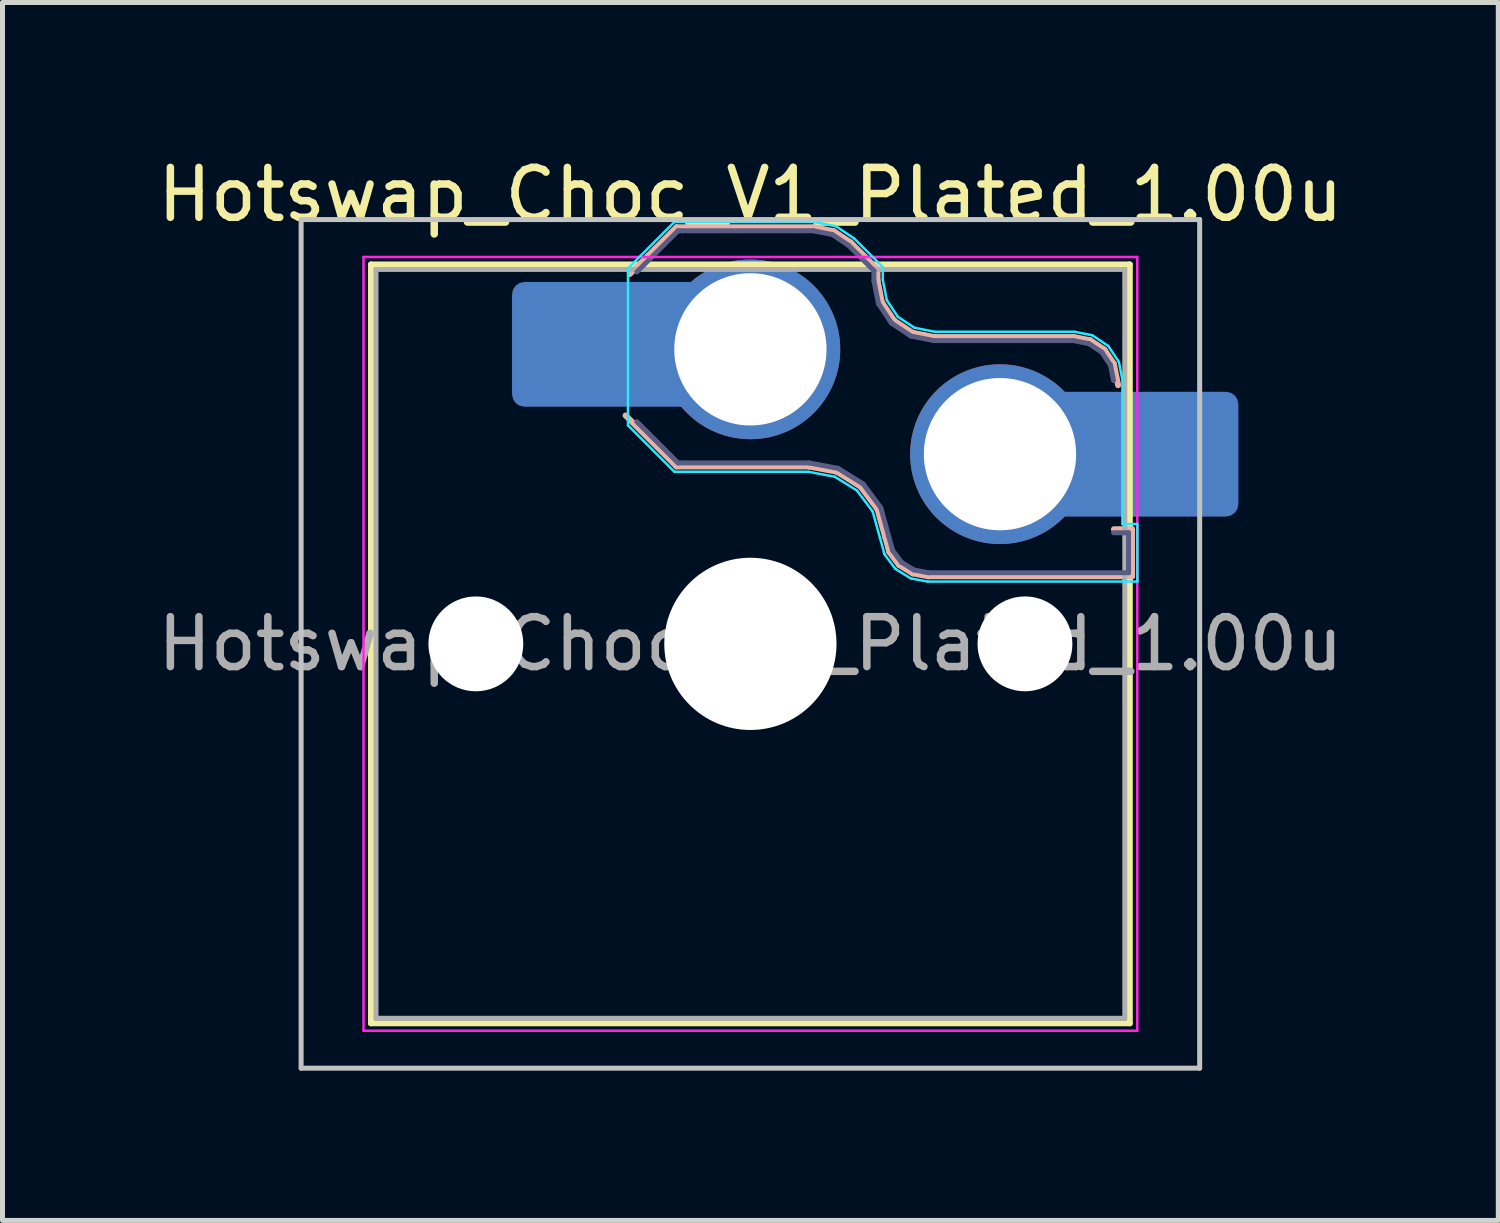
<source format=kicad_pcb>
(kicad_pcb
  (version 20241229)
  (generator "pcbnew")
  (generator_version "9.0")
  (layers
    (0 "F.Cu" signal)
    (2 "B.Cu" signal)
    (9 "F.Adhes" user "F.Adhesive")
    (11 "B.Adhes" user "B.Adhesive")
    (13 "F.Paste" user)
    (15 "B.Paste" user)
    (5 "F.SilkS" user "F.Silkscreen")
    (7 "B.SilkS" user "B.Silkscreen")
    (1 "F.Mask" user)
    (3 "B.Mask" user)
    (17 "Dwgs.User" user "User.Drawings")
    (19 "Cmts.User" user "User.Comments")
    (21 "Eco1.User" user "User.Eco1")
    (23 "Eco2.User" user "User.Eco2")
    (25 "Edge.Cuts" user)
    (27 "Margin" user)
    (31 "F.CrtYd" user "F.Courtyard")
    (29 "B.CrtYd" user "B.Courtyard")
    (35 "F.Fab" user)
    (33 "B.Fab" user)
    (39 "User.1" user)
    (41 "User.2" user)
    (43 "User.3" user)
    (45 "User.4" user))
  (footprint "Hotswap_Choc_V1_Plated_1.00u"
    (layer "F.Cu")
    (at 11.982 9.848)
    (property "Reference" "Hotswap_Choc_V1_Plated_1.00u" (at 0 -9 0) (layer "F.SilkS") (effects (font (size 1 1) (thickness 0.15))))
    (attr smd allow_soldermask_bridges)
    (fp_line (start -7.6 -7.6) (end -7.6 7.6) (stroke (width 0.12) (type solid)) (layer "F.SilkS"))
    (fp_line (start -7.6 7.6) (end 7.6 7.6) (stroke (width 0.12) (type solid)) (layer "F.SilkS"))
    (fp_line (start 7.6 -7.6) (end -7.6 -7.6) (stroke (width 0.12) (type solid)) (layer "F.SilkS"))
    (fp_line (start 7.6 7.6) (end 7.6 -7.6) (stroke (width 0.12) (type solid)) (layer "F.SilkS"))
    (fp_line (start -2.416 -7.409) (end -1.479 -8.346) (stroke (width 0.12) (type solid)) (layer "B.SilkS"))
    (fp_line (start -1.479 -8.346) (end 1.268 -8.346) (stroke (width 0.12) (type solid)) (layer "B.SilkS"))
    (fp_line (start -1.479 -3.554) (end -2.5 -4.575) (stroke (width 0.12) (type solid)) (layer "B.SilkS"))
    (fp_line (start 1.168 -3.554) (end -1.479 -3.554) (stroke (width 0.12) (type solid)) (layer "B.SilkS"))
    (fp_line (start 1.268 -8.346) (end 1.671 -8.266) (stroke (width 0.12) (type solid)) (layer "B.SilkS"))
    (fp_line (start 1.671 -8.266) (end 2.013 -8.037) (stroke (width 0.12) (type solid)) (layer "B.SilkS"))
    (fp_line (start 1.73 -3.449) (end 1.168 -3.554) (stroke (width 0.12) (type solid)) (layer "B.SilkS"))
    (fp_line (start 2.013 -8.037) (end 2.546 -7.504) (stroke (width 0.12) (type solid)) (layer "B.SilkS"))
    (fp_line (start 2.209 -3.15) (end 1.73 -3.449) (stroke (width 0.12) (type solid)) (layer "B.SilkS"))
    (fp_line (start 2.546 -7.504) (end 2.546 -7.282) (stroke (width 0.12) (type solid)) (layer "B.SilkS"))
    (fp_line (start 2.546 -7.282) (end 2.633 -6.844) (stroke (width 0.12) (type solid)) (layer "B.SilkS"))
    (fp_line (start 2.547 -2.697) (end 2.209 -3.15) (stroke (width 0.12) (type solid)) (layer "B.SilkS"))
    (fp_line (start 2.633 -6.844) (end 2.877 -6.477) (stroke (width 0.12) (type solid)) (layer "B.SilkS"))
    (fp_line (start 2.701 -2.139) (end 2.547 -2.697) (stroke (width 0.12) (type solid)) (layer "B.SilkS"))
    (fp_line (start 2.783 -1.841) (end 2.701 -2.139) (stroke (width 0.12) (type solid)) (layer "B.SilkS"))
    (fp_line (start 2.877 -6.477) (end 3.244 -6.233) (stroke (width 0.12) (type solid)) (layer "B.SilkS"))
    (fp_line (start 2.976 -1.583) (end 2.783 -1.841) (stroke (width 0.12) (type solid)) (layer "B.SilkS"))
    (fp_line (start 3.244 -6.233) (end 3.682 -6.146) (stroke (width 0.12) (type solid)) (layer "B.SilkS"))
    (fp_line (start 3.25 -1.413) (end 2.976 -1.583) (stroke (width 0.12) (type solid)) (layer "B.SilkS"))
    (fp_line (start 3.56 -1.354) (end 3.25 -1.413) (stroke (width 0.12) (type solid)) (layer "B.SilkS"))
    (fp_line (start 3.682 -6.146) (end 6.482 -6.146) (stroke (width 0.12) (type solid)) (layer "B.SilkS"))
    (fp_line (start 6.482 -6.146) (end 6.809 -6.081) (stroke (width 0.12) (type solid)) (layer "B.SilkS"))
    (fp_line (start 6.809 -6.081) (end 7.092 -5.892) (stroke (width 0.12) (type solid)) (layer "B.SilkS"))
    (fp_line (start 7.092 -5.892) (end 7.281 -5.609) (stroke (width 0.12) (type solid)) (layer "B.SilkS"))
    (fp_line (start 7.281 -5.609) (end 7.366 -5.182) (stroke (width 0.12) (type solid)) (layer "B.SilkS"))
    (fp_line (start 7.283 -2.296) (end 7.646 -2.296) (stroke (width 0.12) (type solid)) (layer "B.SilkS"))
    (fp_line (start 7.646 -2.296) (end 7.646 -1.354) (stroke (width 0.12) (type solid)) (layer "B.SilkS"))
    (fp_line (start 7.646 -1.354) (end 3.56 -1.354) (stroke (width 0.12) (type solid)) (layer "B.SilkS"))
    (fp_line (start -9 -8.5) (end -9 8.5) (stroke (width 0.1) (type solid)) (layer "Dwgs.User"))
    (fp_line (start -9 8.5) (end 9 8.5) (stroke (width 0.1) (type solid)) (layer "Dwgs.User"))
    (fp_line (start 9 -8.5) (end -9 -8.5) (stroke (width 0.1) (type solid)) (layer "Dwgs.User"))
    (fp_line (start 9 8.5) (end 9 -8.5) (stroke (width 0.1) (type solid)) (layer "Dwgs.User"))
    (fp_line (start -7.25 -7.25) (end -7.25 7.25) (stroke (width 0.1) (type solid)) (layer "Eco1.User"))
    (fp_line (start -7.25 7.25) (end 7.25 7.25) (stroke (width 0.1) (type solid)) (layer "Eco1.User"))
    (fp_line (start 7.25 -7.25) (end -7.25 -7.25) (stroke (width 0.1) (type solid)) (layer "Eco1.User"))
    (fp_line (start 7.25 7.25) (end 7.25 -7.25) (stroke (width 0.1) (type solid)) (layer "Eco1.User"))
    (fp_line (start -2.452 -7.523) (end -1.523 -8.452) (stroke (width 0.05) (type solid)) (layer "B.CrtYd"))
    (fp_line (start -2.452 -4.377) (end -2.452 -7.523) (stroke (width 0.05) (type solid)) (layer "B.CrtYd"))
    (fp_line (start -1.523 -8.452) (end 1.278 -8.452) (stroke (width 0.05) (type solid)) (layer "B.CrtYd"))
    (fp_line (start -1.523 -3.448) (end -2.452 -4.377) (stroke (width 0.05) (type solid)) (layer "B.CrtYd"))
    (fp_line (start 1.159 -3.448) (end -1.523 -3.448) (stroke (width 0.05) (type solid)) (layer "B.CrtYd"))
    (fp_line (start 1.278 -8.452) (end 1.712 -8.366) (stroke (width 0.05) (type solid)) (layer "B.CrtYd"))
    (fp_line (start 1.691 -3.348) (end 1.159 -3.448) (stroke (width 0.05) (type solid)) (layer "B.CrtYd"))
    (fp_line (start 1.712 -8.366) (end 2.081 -8.119) (stroke (width 0.05) (type solid)) (layer "B.CrtYd"))
    (fp_line (start 2.081 -8.119) (end 2.652 -7.548) (stroke (width 0.05) (type solid)) (layer "B.CrtYd"))
    (fp_line (start 2.136 -3.071) (end 1.691 -3.348) (stroke (width 0.05) (type solid)) (layer "B.CrtYd"))
    (fp_line (start 2.45 -2.65) (end 2.136 -3.071) (stroke (width 0.05) (type solid)) (layer "B.CrtYd"))
    (fp_line (start 2.599 -2.111) (end 2.45 -2.65) (stroke (width 0.05) (type solid)) (layer "B.CrtYd"))
    (fp_line (start 2.652 -7.548) (end 2.652 -7.292) (stroke (width 0.05) (type solid)) (layer "B.CrtYd"))
    (fp_line (start 2.652 -7.292) (end 2.733 -6.885) (stroke (width 0.05) (type solid)) (layer "B.CrtYd"))
    (fp_line (start 2.687 -1.794) (end 2.599 -2.111) (stroke (width 0.05) (type solid)) (layer "B.CrtYd"))
    (fp_line (start 2.733 -6.885) (end 2.953 -6.553) (stroke (width 0.05) (type solid)) (layer "B.CrtYd"))
    (fp_line (start 2.903 -1.503) (end 2.687 -1.794) (stroke (width 0.05) (type solid)) (layer "B.CrtYd"))
    (fp_line (start 2.953 -6.553) (end 3.285 -6.333) (stroke (width 0.05) (type solid)) (layer "B.CrtYd"))
    (fp_line (start 3.211 -1.312) (end 2.903 -1.503) (stroke (width 0.05) (type solid)) (layer "B.CrtYd"))
    (fp_line (start 3.285 -6.333) (end 3.692 -6.252) (stroke (width 0.05) (type solid)) (layer "B.CrtYd"))
    (fp_line (start 3.55 -1.248) (end 3.211 -1.312) (stroke (width 0.05) (type solid)) (layer "B.CrtYd"))
    (fp_line (start 3.692 -6.252) (end 6.492 -6.252) (stroke (width 0.05) (type solid)) (layer "B.CrtYd"))
    (fp_line (start 6.492 -6.252) (end 6.85 -6.181) (stroke (width 0.05) (type solid)) (layer "B.CrtYd"))
    (fp_line (start 6.85 -6.181) (end 7.168 -5.968) (stroke (width 0.05) (type solid)) (layer "B.CrtYd"))
    (fp_line (start 7.168 -5.968) (end 7.381 -5.65) (stroke (width 0.05) (type solid)) (layer "B.CrtYd"))
    (fp_line (start 7.381 -5.65) (end 7.452 -5.292) (stroke (width 0.05) (type solid)) (layer "B.CrtYd"))
    (fp_line (start 7.452 -5.292) (end 7.452 -2.402) (stroke (width 0.05) (type solid)) (layer "B.CrtYd"))
    (fp_line (start 7.452 -2.402) (end 7.752 -2.402) (stroke (width 0.05) (type solid)) (layer "B.CrtYd"))
    (fp_line (start 7.752 -2.402) (end 7.752 -1.248) (stroke (width 0.05) (type solid)) (layer "B.CrtYd"))
    (fp_line (start 7.752 -1.248) (end 3.55 -1.248) (stroke (width 0.05) (type solid)) (layer "B.CrtYd"))
    (fp_line (start -7.75 -7.75) (end -7.75 7.75) (stroke (width 0.05) (type solid)) (layer "F.CrtYd"))
    (fp_line (start -7.75 7.75) (end 7.75 7.75) (stroke (width 0.05) (type solid)) (layer "F.CrtYd"))
    (fp_line (start 7.75 -7.75) (end -7.75 -7.75) (stroke (width 0.05) (type solid)) (layer "F.CrtYd"))
    (fp_line (start 7.75 7.75) (end 7.75 -7.75) (stroke (width 0.05) (type solid)) (layer "F.CrtYd"))
    (fp_line (start -2.275 -7.45) (end -1.45 -8.275) (stroke (width 0.1) (type solid)) (layer "B.Fab"))
    (fp_line (start -1.45 -8.275) (end 1.261 -8.275) (stroke (width 0.1) (type solid)) (layer "B.Fab"))
    (fp_line (start -1.45 -3.625) (end -2.275 -4.45) (stroke (width 0.1) (type solid)) (layer "B.Fab"))
    (fp_line (start 1.175 -3.625) (end -1.45 -3.625) (stroke (width 0.1) (type solid)) (layer "B.Fab"))
    (fp_line (start 1.261 -8.275) (end 1.643 -8.199) (stroke (width 0.1) (type solid)) (layer "B.Fab"))
    (fp_line (start 1.643 -8.199) (end 1.968 -7.982) (stroke (width 0.1) (type solid)) (layer "B.Fab"))
    (fp_line (start 1.756 -3.516) (end 1.175 -3.625) (stroke (width 0.1) (type solid)) (layer "B.Fab"))
    (fp_line (start 1.968 -7.982) (end 2.475 -7.475) (stroke (width 0.1) (type solid)) (layer "B.Fab"))
    (fp_line (start 2.258 -3.203) (end 1.756 -3.516) (stroke (width 0.1) (type solid)) (layer "B.Fab"))
    (fp_line (start 2.475 -7.475) (end 2.475 -7.275) (stroke (width 0.1) (type solid)) (layer "B.Fab"))
    (fp_line (start 2.475 -7.275) (end 2.566 -6.816) (stroke (width 0.1) (type solid)) (layer "B.Fab"))
    (fp_line (start 2.566 -6.816) (end 2.826 -6.426) (stroke (width 0.1) (type solid)) (layer "B.Fab"))
    (fp_line (start 2.612 -2.729) (end 2.258 -3.203) (stroke (width 0.1) (type solid)) (layer "B.Fab"))
    (fp_line (start 2.769 -2.158) (end 2.612 -2.729) (stroke (width 0.1) (type solid)) (layer "B.Fab"))
    (fp_line (start 2.826 -6.426) (end 3.216 -6.166) (stroke (width 0.1) (type solid)) (layer "B.Fab"))
    (fp_line (start 2.848 -1.873) (end 2.769 -2.158) (stroke (width 0.1) (type solid)) (layer "B.Fab"))
    (fp_line (start 3.025 -1.636) (end 2.848 -1.873) (stroke (width 0.1) (type solid)) (layer "B.Fab"))
    (fp_line (start 3.216 -6.166) (end 3.675 -6.075) (stroke (width 0.1) (type solid)) (layer "B.Fab"))
    (fp_line (start 3.276 -1.48) (end 3.025 -1.636) (stroke (width 0.1) (type solid)) (layer "B.Fab"))
    (fp_line (start 3.567 -1.425) (end 3.276 -1.48) (stroke (width 0.1) (type solid)) (layer "B.Fab"))
    (fp_line (start 3.675 -6.075) (end 6.475 -6.075) (stroke (width 0.1) (type solid)) (layer "B.Fab"))
    (fp_line (start 6.475 -6.075) (end 6.781 -6.014) (stroke (width 0.1) (type solid)) (layer "B.Fab"))
    (fp_line (start 6.781 -6.014) (end 7.041 -5.841) (stroke (width 0.1) (type solid)) (layer "B.Fab"))
    (fp_line (start 7.041 -5.841) (end 7.214 -5.581) (stroke (width 0.1) (type solid)) (layer "B.Fab"))
    (fp_line (start 7.214 -5.581) (end 7.275 -5.275) (stroke (width 0.1) (type solid)) (layer "B.Fab"))
    (fp_line (start 7.275 -2.225) (end 7.575 -2.225) (stroke (width 0.1) (type solid)) (layer "B.Fab"))
    (fp_line (start 7.575 -2.225) (end 7.575 -1.425) (stroke (width 0.1) (type solid)) (layer "B.Fab"))
    (fp_line (start 7.575 -1.425) (end 3.567 -1.425) (stroke (width 0.1) (type solid)) (layer "B.Fab"))
    (fp_line (start -7.5 -7.5) (end -7.5 7.5) (stroke (width 0.1) (type solid)) (layer "F.Fab"))
    (fp_line (start -7.5 7.5) (end 7.5 7.5) (stroke (width 0.1) (type solid)) (layer "F.Fab"))
    (fp_line (start 7.5 -7.5) (end -7.5 -7.5) (stroke (width 0.1) (type solid)) (layer "F.Fab"))
    (fp_line (start 7.5 7.5) (end 7.5 -7.5) (stroke (width 0.1) (type solid)) (layer "F.Fab"))
    (fp_text user "${REFERENCE}" (at 0 0 0) (layer "F.Fab") (effects (font (size 1 1) (thickness 0.15))))
    (pad "" np_thru_hole circle (at -5.5 0) (size 1.9 1.9) (drill 1.9) (layers "*.Cu" "*.Mask"))
    (pad "" smd roundrect (at -3.5 -6) (size 2.55 2.5) (layers "B.Mask" "B.Paste") (roundrect_rratio 0.1))
    (pad "" np_thru_hole circle (at 0 0) (size 3.45 3.45) (drill 3.45) (layers "*.Cu" "*.Mask"))
    (pad "" np_thru_hole circle (at 5.5 0) (size 1.9 1.9) (drill 1.9) (layers "*.Cu" "*.Mask"))
    (pad "" smd roundrect (at 8.5 -3.8) (size 2.55 2.5) (layers "B.Mask" "B.Paste") (roundrect_rratio 0.1))
    (pad "1" smd roundrect (at -2.85 -6) (size 3.85 2.5) (layers "B.Cu") (roundrect_rratio 0.1))
    (pad "1" thru_hole circle (at 0 -5.9) (size 3.6 3.6) (drill 3.05) (layers "*.Cu" "*.Mask"))
    (pad "2" thru_hole circle (at 5 -3.8) (size 3.6 3.6) (drill 3.05) (layers "*.Cu" "*.Mask"))
    (pad "2" smd roundrect (at 7.85 -3.8) (size 3.85 2.5) (layers "B.Cu") (roundrect_rratio 0.1)))
  (gr_rect
    (start -3 -3)
    (end 26.964 21.398)
    (stroke (width 0.1) (type default))
    (fill no)
    (layer "Edge.Cuts")))
</source>
